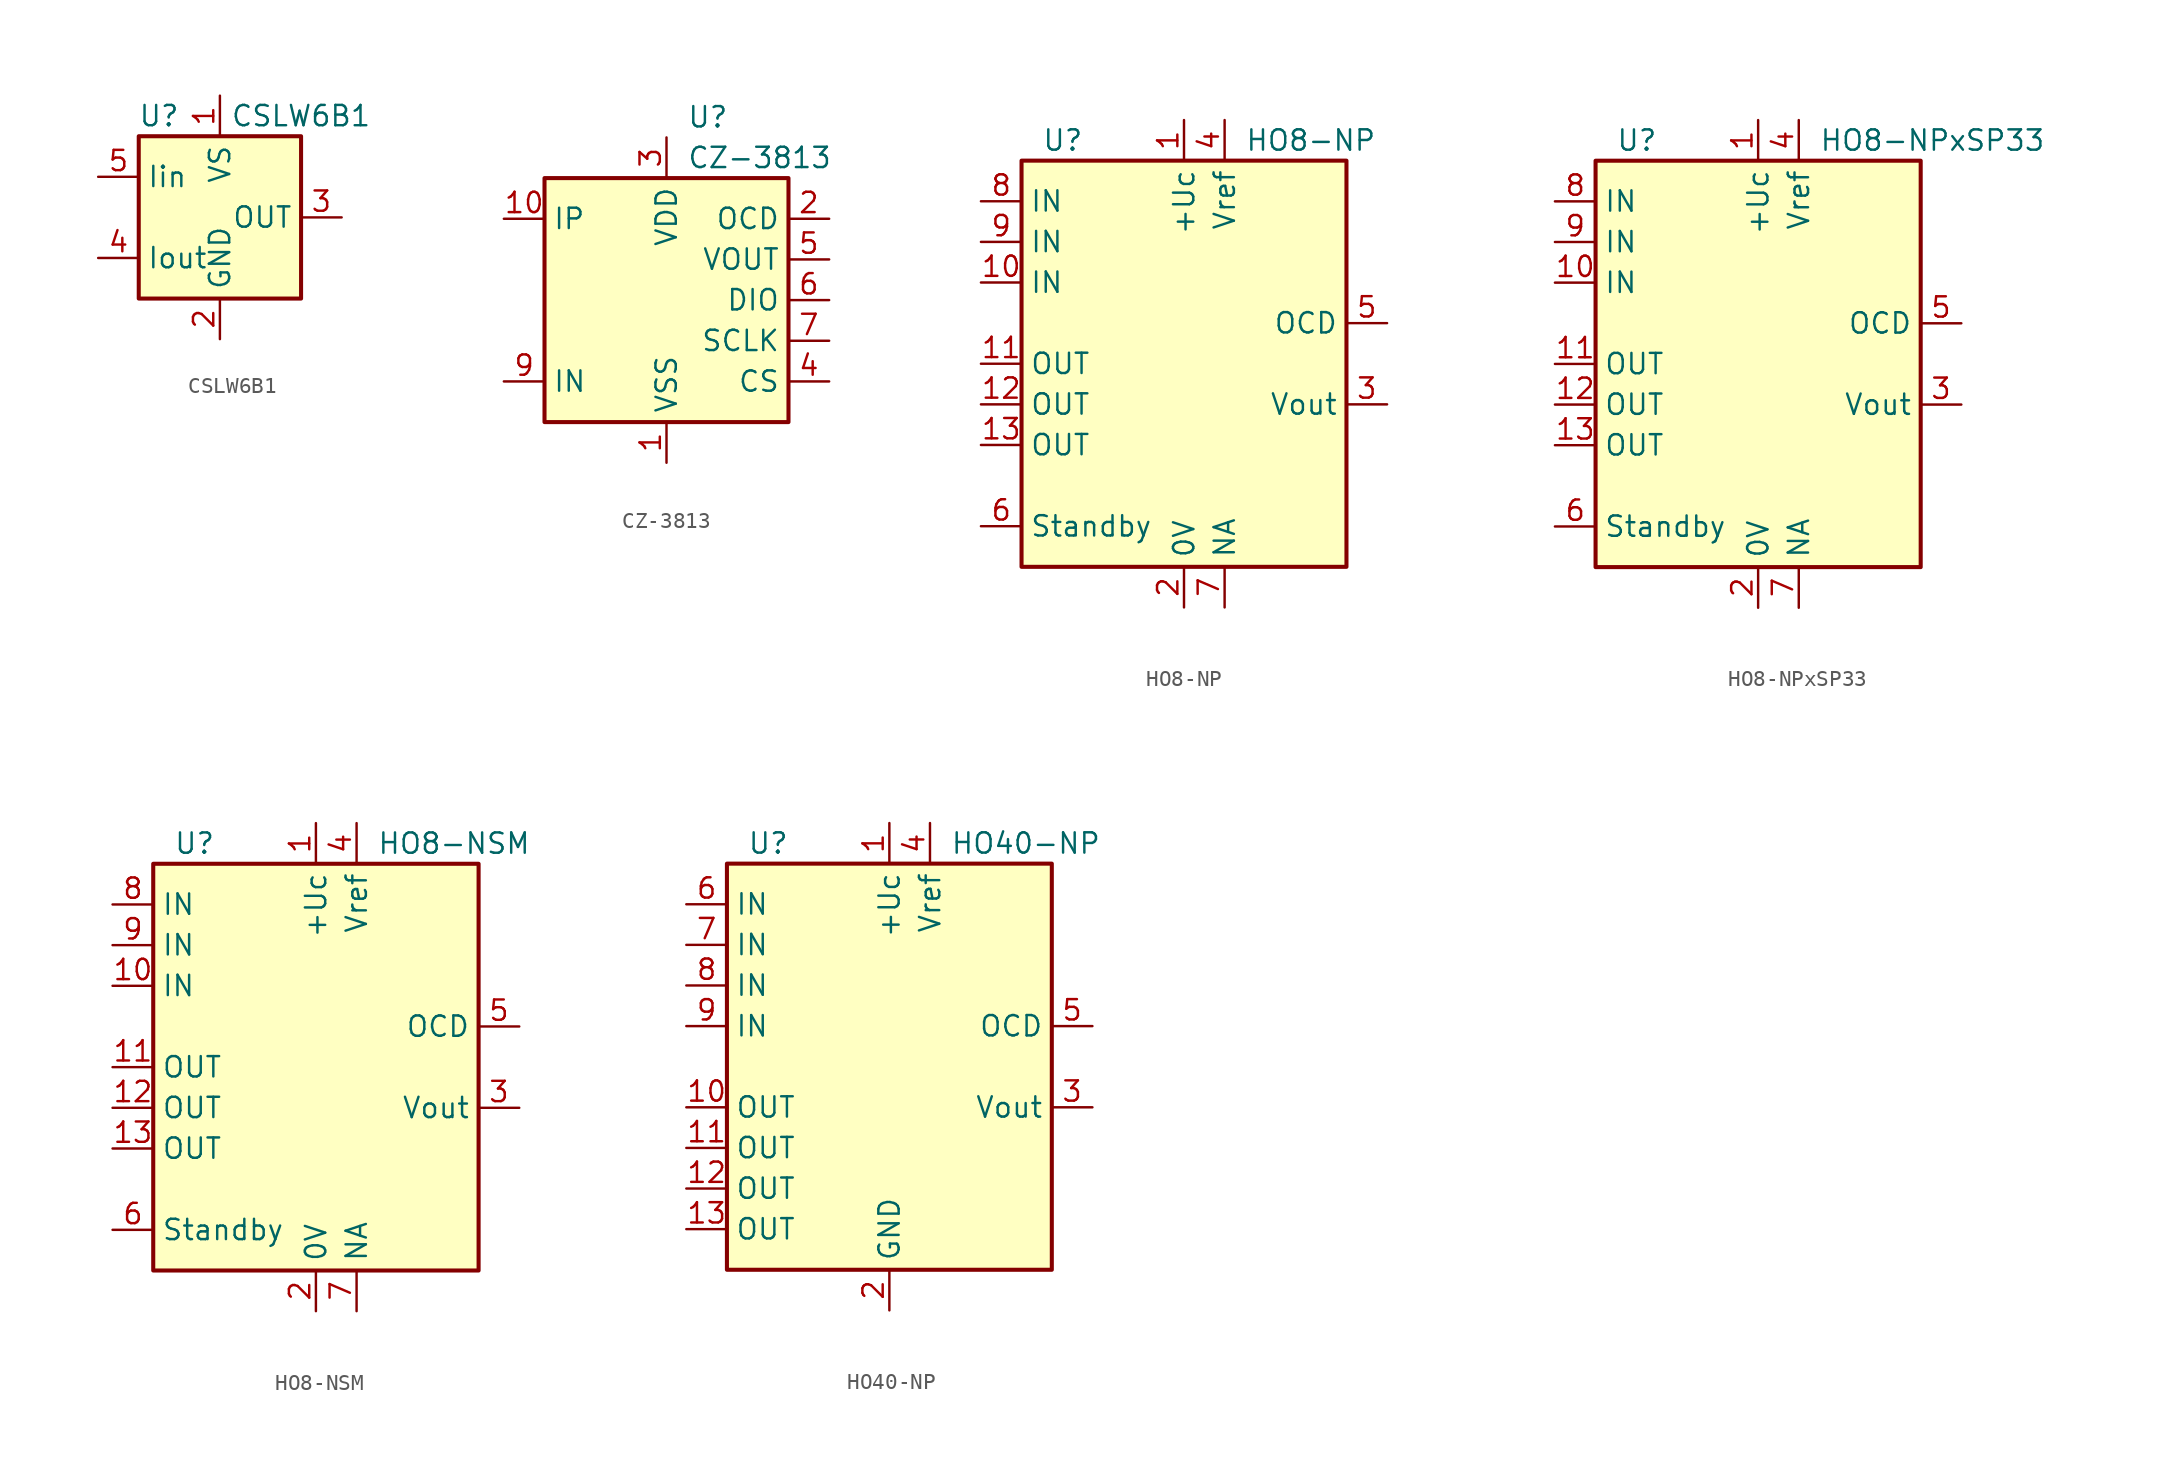
<source format=kicad_sym>
(kicad_symbol_lib
  (version 20201005)
  (generator kicad_symbol_editor)
  (symbol "Sensor_Current:CSLW6B1"
    (property "Reference" "U"
      (at -3.81 6.35 0)
      (effects (font (size 1.27 1.27))))
    (property "Value" "CSLW6B1"
      (at 5.08 6.35 0)
      (effects (font (size 1.27 1.27))))
    (symbol "CSLW6B1_0_1"
      (rectangle (start -5.08 5.08) (end 5.08 -5.08) (stroke (width 0.254)) (fill (type background))))
    (symbol "CSLW6B1_1_1"
      (pin power_in line (at 0 7.62 270) (length 2.54) (name "VS" (effects (font (size 1.27 1.27)))) (number "1" (effects (font (size 1.27 1.27)))))
      (pin power_in line (at 0 -7.62 90) (length 2.54) (name "GND" (effects (font (size 1.27 1.27)))) (number "2" (effects (font (size 1.27 1.27)))))
      (pin output line (at 7.62 0 180) (length 2.54) (name "OUT" (effects (font (size 1.27 1.27)))) (number "3" (effects (font (size 1.27 1.27)))))
      (pin passive line (at -7.62 -2.54 0) (length 2.54) (name "Iout" (effects (font (size 1.27 1.27)))) (number "4" (effects (font (size 1.27 1.27)))))
      (pin passive line (at -7.62 2.54 0) (length 2.54) (name "Iin" (effects (font (size 1.27 1.27)))) (number "5" (effects (font (size 1.27 1.27)))))))
  (symbol "Sensor_Current:CZ-3813"
    (property "Reference" "U"
      (at 1.27 11.43 0)
      (effects (font (size 1.27 1.27)) (justify left)))
    (property "Value" "CZ-3813"
      (at 1.27 8.89 0)
      (effects (font (size 1.27 1.27)) (justify left)))
    (symbol "CZ-3813_0_1"
      (rectangle (start -7.62 7.62) (end 7.62 -7.62) (stroke (width 0.254)) (fill (type background))))
    (symbol "CZ-3813_1_1"
      (pin power_in line (at 0 -10.16 90) (length 2.54) (name "VSS" (effects (font (size 1.27 1.27)))) (number "1" (effects (font (size 1.27 1.27)))))
      (pin passive line (at -10.16 5.08 0) (length 2.54) (name "IP" (effects (font (size 1.27 1.27)))) (number "10" (effects (font (size 1.27 1.27)))))
      (pin output line (at 10.16 5.08 180) (length 2.54) (name "OCD" (effects (font (size 1.27 1.27)))) (number "2" (effects (font (size 1.27 1.27)))))
      (pin power_in line (at 0 10.16 270) (length 2.54) (name "VDD" (effects (font (size 1.27 1.27)))) (number "3" (effects (font (size 1.27 1.27)))))
      (pin input line (at 10.16 -5.08 180) (length 2.54) (name "CS" (effects (font (size 1.27 1.27)))) (number "4" (effects (font (size 1.27 1.27)))))
      (pin output line (at 10.16 2.54 180) (length 2.54) (name "VOUT" (effects (font (size 1.27 1.27)))) (number "5" (effects (font (size 1.27 1.27)))))
      (pin bidirectional line (at 10.16 0 180) (length 2.54) (name "DIO" (effects (font (size 1.27 1.27)))) (number "6" (effects (font (size 1.27 1.27)))))
      (pin input line (at 10.16 -2.54 180) (length 2.54) (name "SCLK" (effects (font (size 1.27 1.27)))) (number "7" (effects (font (size 1.27 1.27)))))
      (pin passive line (at 0 -10.16 90) (length 2.54) hide (name "VSS" (effects (font (size 1.27 1.27)))) (number "8" (effects (font (size 1.27 1.27)))))
      (pin passive line (at -10.16 -5.08 0) (length 2.54) (name "IN" (effects (font (size 1.27 1.27)))) (number "9" (effects (font (size 1.27 1.27)))))))
  (symbol "Sensor_Current:HO8-NP"
    (property "Reference" "U"
      (at -8.89 13.97 0)
      (effects (font (size 1.27 1.27)) (justify left)))
    (property "Value" "HO8-NP"
      (at 3.81 13.97 0)
      (effects (font (size 1.27 1.27)) (justify left)))
    (symbol "HO8-NP_0_1"
      (rectangle (start -10.16 12.7) (end 10.16 -12.7) (stroke (width 0.254)) (fill (type background))))
    (symbol "HO8-NP_1_1"
      (pin power_in line (at 0 15.24 270) (length 2.54) (name "+Uc" (effects (font (size 1.27 1.27)))) (number "1" (effects (font (size 1.27 1.27)))))
      (pin passive line (at -12.7 5.08 0) (length 2.54) (name "IN" (effects (font (size 1.27 1.27)))) (number "10" (effects (font (size 1.27 1.27)))))
      (pin passive line (at -12.7 0 0) (length 2.54) (name "OUT" (effects (font (size 1.27 1.27)))) (number "11" (effects (font (size 1.27 1.27)))))
      (pin passive line (at -12.7 -2.54 0) (length 2.54) (name "OUT" (effects (font (size 1.27 1.27)))) (number "12" (effects (font (size 1.27 1.27)))))
      (pin passive line (at -12.7 -5.08 0) (length 2.54) (name "OUT" (effects (font (size 1.27 1.27)))) (number "13" (effects (font (size 1.27 1.27)))))
      (pin power_in line (at 0 -15.24 90) (length 2.54) (name "0V" (effects (font (size 1.27 1.27)))) (number "2" (effects (font (size 1.27 1.27)))))
      (pin output line (at 12.7 -2.54 180) (length 2.54) (name "Vout" (effects (font (size 1.27 1.27)))) (number "3" (effects (font (size 1.27 1.27)))))
      (pin passive line (at 2.54 15.24 270) (length 2.54) (name "Vref" (effects (font (size 1.27 1.27)))) (number "4" (effects (font (size 1.27 1.27)))))
      (pin open_collector line (at 12.7 2.54 180) (length 2.54) (name "OCD" (effects (font (size 1.27 1.27)))) (number "5" (effects (font (size 1.27 1.27)))))
      (pin input line (at -12.7 -10.16 0) (length 2.54) (name "Standby" (effects (font (size 1.27 1.27)))) (number "6" (effects (font (size 1.27 1.27)))))
      (pin passive line (at 2.54 -15.24 90) (length 2.54) (name "NA" (effects (font (size 1.27 1.27)))) (number "7" (effects (font (size 1.27 1.27)))))
      (pin passive line (at -12.7 10.16 0) (length 2.54) (name "IN" (effects (font (size 1.27 1.27)))) (number "8" (effects (font (size 1.27 1.27)))))
      (pin passive line (at -12.7 7.62 0) (length 2.54) (name "IN" (effects (font (size 1.27 1.27)))) (number "9" (effects (font (size 1.27 1.27)))))))
  (symbol "Sensor_Current:HO8-NPxSP33"
    (property "Reference" "U"
      (at -8.89 13.97 0)
      (effects (font (size 1.27 1.27)) (justify left)))
    (property "Value" "HO8-NPxSP33"
      (at 3.81 13.97 0)
      (effects (font (size 1.27 1.27)) (justify left)))
    (symbol "HO8-NPxSP33_0_1"
      (rectangle (start -10.16 12.7) (end 10.16 -12.7) (stroke (width 0.254)) (fill (type background))))
    (symbol "HO8-NPxSP33_1_1"
      (pin power_in line (at 0 15.24 270) (length 2.54) (name "+Uc" (effects (font (size 1.27 1.27)))) (number "1" (effects (font (size 1.27 1.27)))))
      (pin passive line (at -12.7 5.08 0) (length 2.54) (name "IN" (effects (font (size 1.27 1.27)))) (number "10" (effects (font (size 1.27 1.27)))))
      (pin passive line (at -12.7 0 0) (length 2.54) (name "OUT" (effects (font (size 1.27 1.27)))) (number "11" (effects (font (size 1.27 1.27)))))
      (pin passive line (at -12.7 -2.54 0) (length 2.54) (name "OUT" (effects (font (size 1.27 1.27)))) (number "12" (effects (font (size 1.27 1.27)))))
      (pin passive line (at -12.7 -5.08 0) (length 2.54) (name "OUT" (effects (font (size 1.27 1.27)))) (number "13" (effects (font (size 1.27 1.27)))))
      (pin power_in line (at 0 -15.24 90) (length 2.54) (name "0V" (effects (font (size 1.27 1.27)))) (number "2" (effects (font (size 1.27 1.27)))))
      (pin output line (at 12.7 -2.54 180) (length 2.54) (name "Vout" (effects (font (size 1.27 1.27)))) (number "3" (effects (font (size 1.27 1.27)))))
      (pin passive line (at 2.54 15.24 270) (length 2.54) (name "Vref" (effects (font (size 1.27 1.27)))) (number "4" (effects (font (size 1.27 1.27)))))
      (pin open_collector line (at 12.7 2.54 180) (length 2.54) (name "OCD" (effects (font (size 1.27 1.27)))) (number "5" (effects (font (size 1.27 1.27)))))
      (pin input line (at -12.7 -10.16 0) (length 2.54) (name "Standby" (effects (font (size 1.27 1.27)))) (number "6" (effects (font (size 1.27 1.27)))))
      (pin passive line (at 2.54 -15.24 90) (length 2.54) (name "NA" (effects (font (size 1.27 1.27)))) (number "7" (effects (font (size 1.27 1.27)))))
      (pin passive line (at -12.7 10.16 0) (length 2.54) (name "IN" (effects (font (size 1.27 1.27)))) (number "8" (effects (font (size 1.27 1.27)))))
      (pin passive line (at -12.7 7.62 0) (length 2.54) (name "IN" (effects (font (size 1.27 1.27)))) (number "9" (effects (font (size 1.27 1.27)))))))
  (symbol "Sensor_Current:HO8-NSM"
    (property "Reference" "U"
      (at -8.89 13.97 0)
      (effects (font (size 1.27 1.27)) (justify left)))
    (property "Value" "HO8-NSM"
      (at 3.81 13.97 0)
      (effects (font (size 1.27 1.27)) (justify left)))
    (symbol "HO8-NSM_0_1"
      (rectangle (start -10.16 12.7) (end 10.16 -12.7) (stroke (width 0.254)) (fill (type background))))
    (symbol "HO8-NSM_1_1"
      (pin power_in line (at 0 15.24 270) (length 2.54) (name "+Uc" (effects (font (size 1.27 1.27)))) (number "1" (effects (font (size 1.27 1.27)))))
      (pin passive line (at -12.7 5.08 0) (length 2.54) (name "IN" (effects (font (size 1.27 1.27)))) (number "10" (effects (font (size 1.27 1.27)))))
      (pin passive line (at -12.7 0 0) (length 2.54) (name "OUT" (effects (font (size 1.27 1.27)))) (number "11" (effects (font (size 1.27 1.27)))))
      (pin passive line (at -12.7 -2.54 0) (length 2.54) (name "OUT" (effects (font (size 1.27 1.27)))) (number "12" (effects (font (size 1.27 1.27)))))
      (pin passive line (at -12.7 -5.08 0) (length 2.54) (name "OUT" (effects (font (size 1.27 1.27)))) (number "13" (effects (font (size 1.27 1.27)))))
      (pin power_in line (at 0 -15.24 90) (length 2.54) (name "0V" (effects (font (size 1.27 1.27)))) (number "2" (effects (font (size 1.27 1.27)))))
      (pin output line (at 12.7 -2.54 180) (length 2.54) (name "Vout" (effects (font (size 1.27 1.27)))) (number "3" (effects (font (size 1.27 1.27)))))
      (pin passive line (at 2.54 15.24 270) (length 2.54) (name "Vref" (effects (font (size 1.27 1.27)))) (number "4" (effects (font (size 1.27 1.27)))))
      (pin open_collector line (at 12.7 2.54 180) (length 2.54) (name "OCD" (effects (font (size 1.27 1.27)))) (number "5" (effects (font (size 1.27 1.27)))))
      (pin input line (at -12.7 -10.16 0) (length 2.54) (name "Standby" (effects (font (size 1.27 1.27)))) (number "6" (effects (font (size 1.27 1.27)))))
      (pin passive line (at 2.54 -15.24 90) (length 2.54) (name "NA" (effects (font (size 1.27 1.27)))) (number "7" (effects (font (size 1.27 1.27)))))
      (pin passive line (at -12.7 10.16 0) (length 2.54) (name "IN" (effects (font (size 1.27 1.27)))) (number "8" (effects (font (size 1.27 1.27)))))
      (pin passive line (at -12.7 7.62 0) (length 2.54) (name "IN" (effects (font (size 1.27 1.27)))) (number "9" (effects (font (size 1.27 1.27)))))))
  (symbol "Sensor_Current:HO40-NP"
    (property "Reference" "U"
      (at -8.89 13.97 0)
      (effects (font (size 1.27 1.27)) (justify left)))
    (property "Value" "HO40-NP"
      (at 3.81 13.97 0)
      (effects (font (size 1.27 1.27)) (justify left)))
    (symbol "HO40-NP_0_1"
      (rectangle (start -10.16 12.7) (end 10.16 -12.7) (stroke (width 0.254)) (fill (type background))))
    (symbol "HO40-NP_1_1"
      (pin power_in line (at 0 15.24 270) (length 2.54) (name "+Uc" (effects (font (size 1.27 1.27)))) (number "1" (effects (font (size 1.27 1.27)))))
      (pin passive line (at -12.7 -2.54 0) (length 2.54) (name "OUT" (effects (font (size 1.27 1.27)))) (number "10" (effects (font (size 1.27 1.27)))))
      (pin passive line (at -12.7 -5.08 0) (length 2.54) (name "OUT" (effects (font (size 1.27 1.27)))) (number "11" (effects (font (size 1.27 1.27)))))
      (pin passive line (at -12.7 -7.62 0) (length 2.54) (name "OUT" (effects (font (size 1.27 1.27)))) (number "12" (effects (font (size 1.27 1.27)))))
      (pin passive line (at -12.7 -10.16 0) (length 2.54) (name "OUT" (effects (font (size 1.27 1.27)))) (number "13" (effects (font (size 1.27 1.27)))))
      (pin power_in line (at 0 -15.24 90) (length 2.54) (name "GND" (effects (font (size 1.27 1.27)))) (number "2" (effects (font (size 1.27 1.27)))))
      (pin output line (at 12.7 -2.54 180) (length 2.54) (name "Vout" (effects (font (size 1.27 1.27)))) (number "3" (effects (font (size 1.27 1.27)))))
      (pin passive line (at 2.54 15.24 270) (length 2.54) (name "Vref" (effects (font (size 1.27 1.27)))) (number "4" (effects (font (size 1.27 1.27)))))
      (pin open_collector line (at 12.7 2.54 180) (length 2.54) (name "OCD" (effects (font (size 1.27 1.27)))) (number "5" (effects (font (size 1.27 1.27)))))
      (pin passive line (at -12.7 10.16 0) (length 2.54) (name "IN" (effects (font (size 1.27 1.27)))) (number "6" (effects (font (size 1.27 1.27)))))
      (pin passive line (at -12.7 7.62 0) (length 2.54) (name "IN" (effects (font (size 1.27 1.27)))) (number "7" (effects (font (size 1.27 1.27)))))
      (pin passive line (at -12.7 5.08 0) (length 2.54) (name "IN" (effects (font (size 1.27 1.27)))) (number "8" (effects (font (size 1.27 1.27)))))
      (pin passive line (at -12.7 2.54 0) (length 2.54) (name "IN" (effects (font (size 1.27 1.27)))) (number "9" (effects (font (size 1.27 1.27))))))))
</source>
